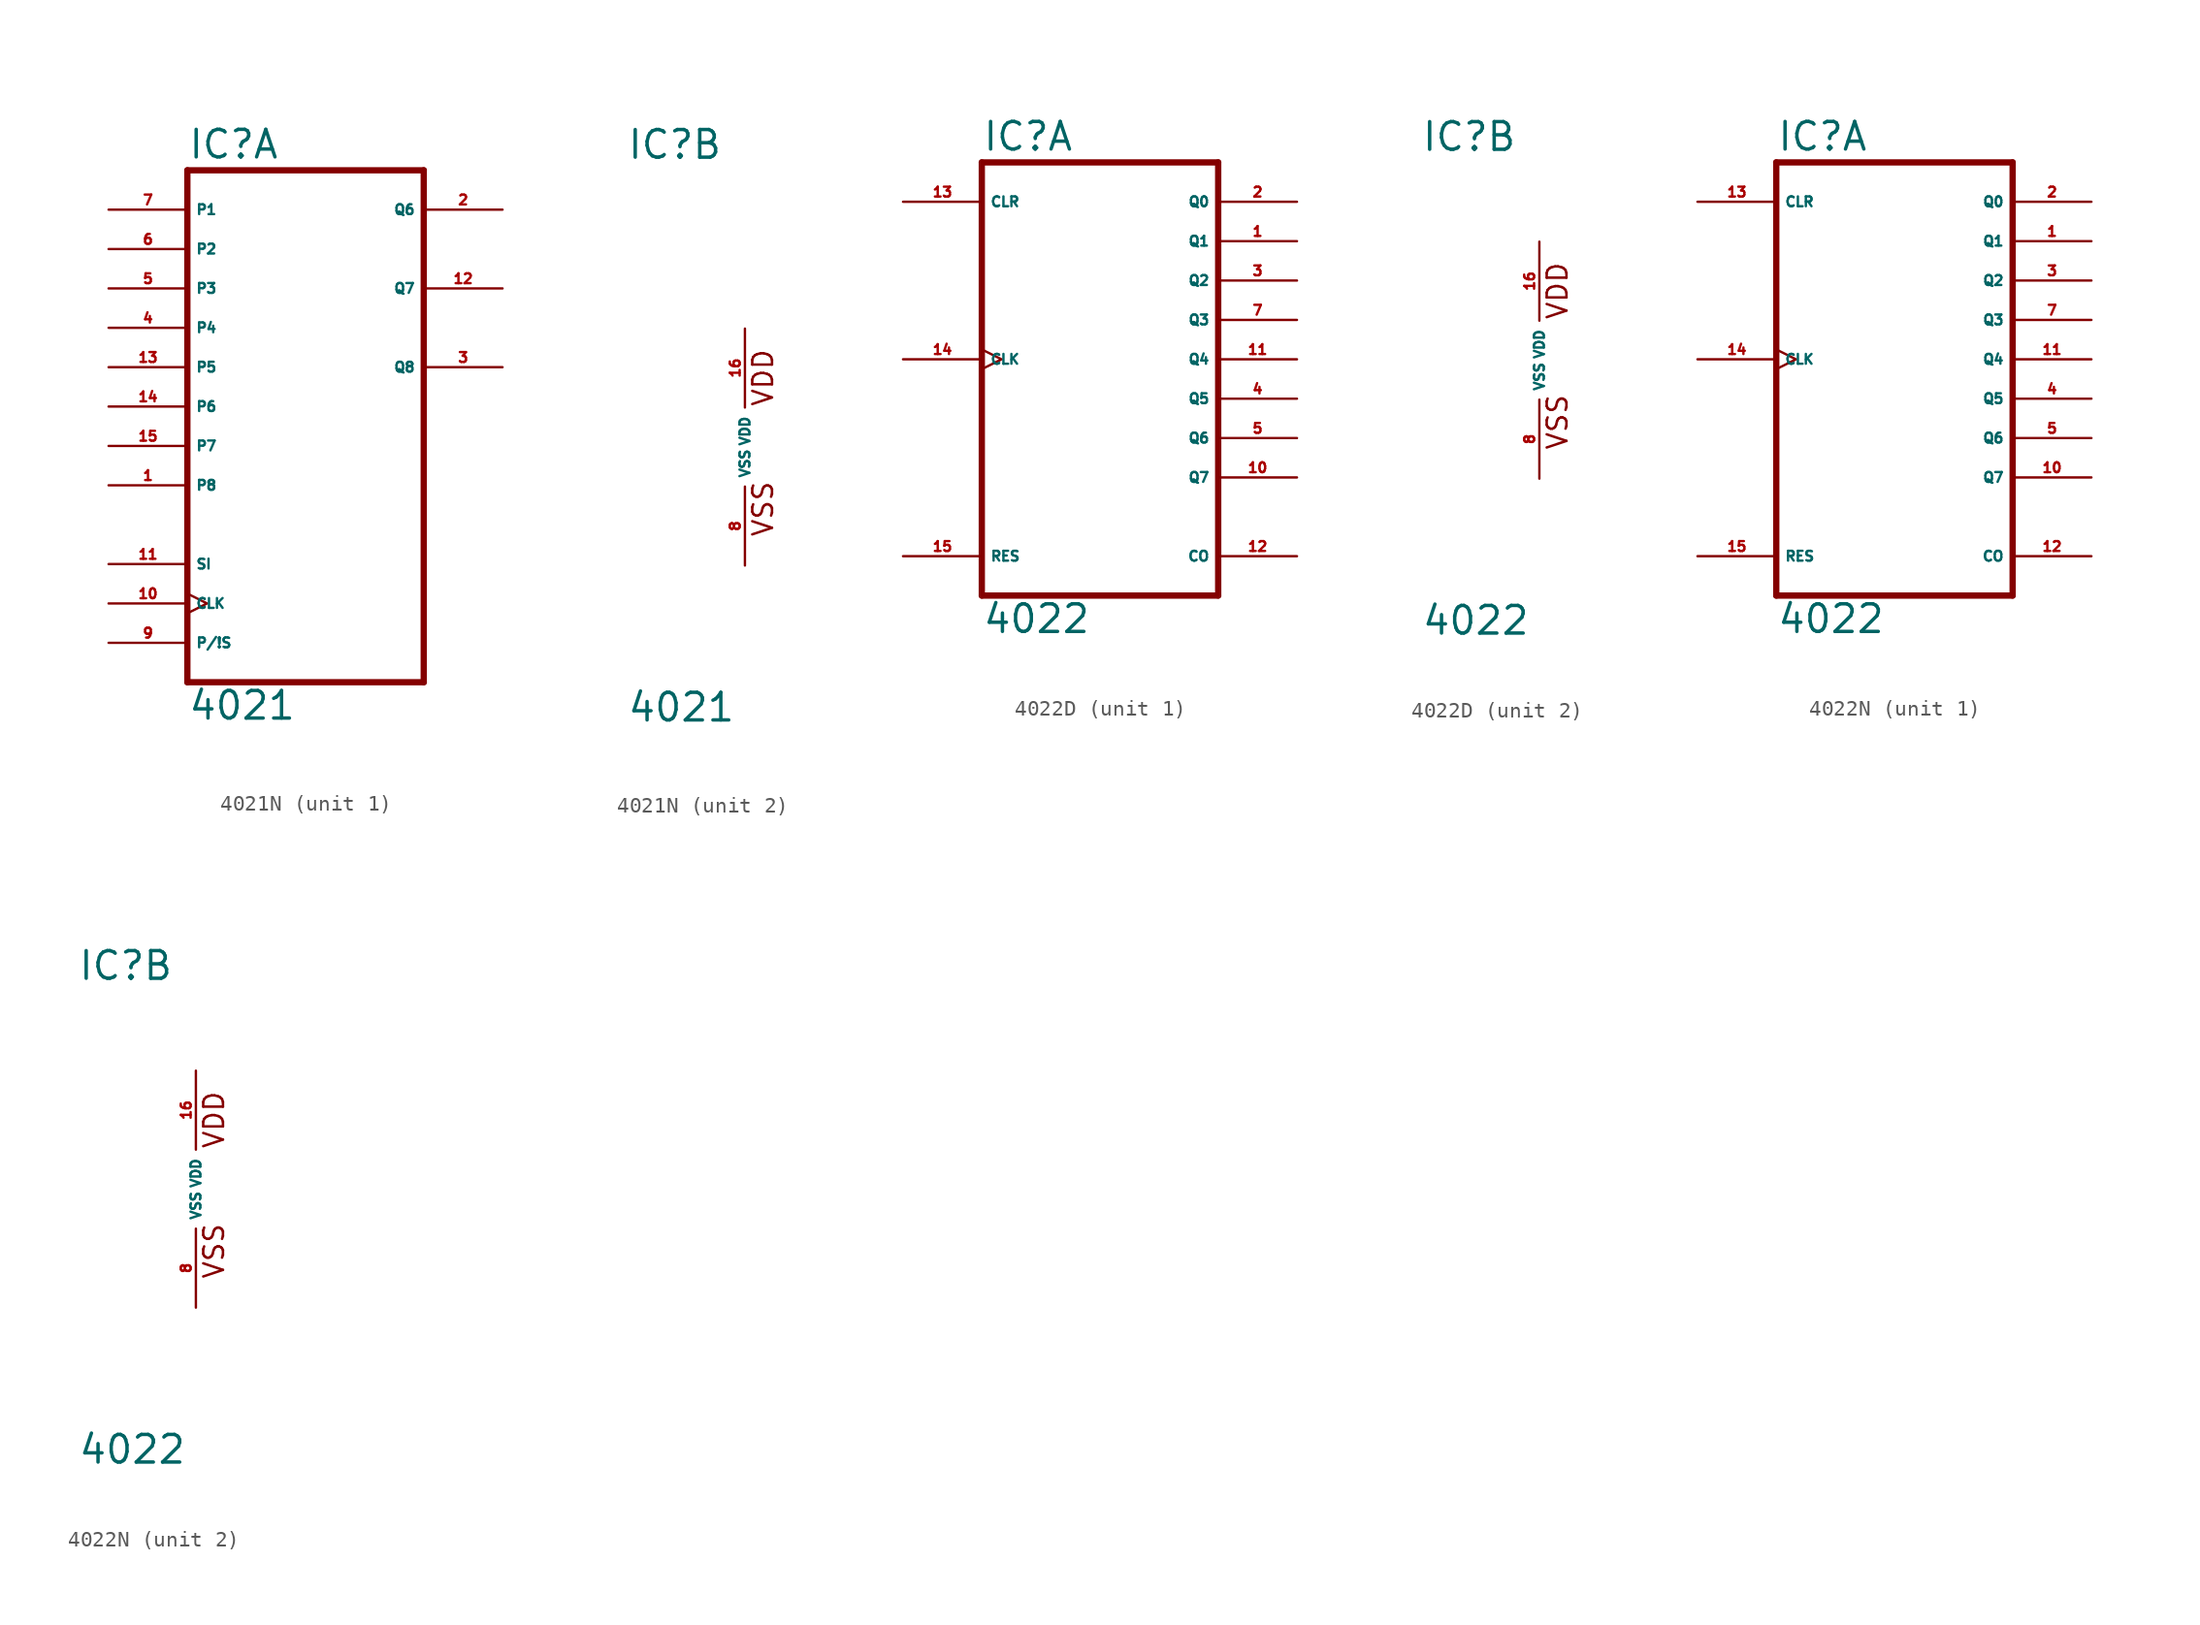
<source format=kicad_sym>
(kicad_symbol_lib
  (version 20220914)
  (generator Eagle2Kicad)
  (symbol "4021N"
    (property "Reference" "IC"
      (at -7.62 18.415 0)
      (effects (font (size 1.778 1.778) (thickness 0.22)) (justify left bottom)))
    (property "Value" "4021"
      (at -7.62 -17.78 0)
      (effects (font (size 1.778 1.778) (thickness 0.22)) (justify left bottom)))
    (symbol "4021N_1_0"
      (polyline (pts (xy -7.62 -15.24) (xy 7.62 -15.24)) (stroke (width 0.406) (type default)) (fill (type none)))
      (polyline (pts (xy 7.62 -15.24) (xy 7.62 17.78)) (stroke (width 0.406) (type default)) (fill (type none)))
      (polyline (pts (xy 7.62 17.78) (xy -7.62 17.78)) (stroke (width 0.406) (type default)) (fill (type none)))
      (polyline (pts (xy -7.62 17.78) (xy -7.62 -15.24)) (stroke (width 0.406) (type default)) (fill (type none)))
      (pin input line (at -12.7 15.24 0) (length 5.08) (name "P1" (effects (font (size 0.635 0.635) (thickness 0.08)) (justify left bottom))) (number "7" (effects (font (size 0.635 0.635) (thickness 0.08)) (justify left bottom))))
      (pin input line (at -12.7 12.7 0) (length 5.08) (name "P2" (effects (font (size 0.635 0.635) (thickness 0.08)) (justify left bottom))) (number "6" (effects (font (size 0.635 0.635) (thickness 0.08)) (justify left bottom))))
      (pin input line (at -12.7 10.16 0) (length 5.08) (name "P3" (effects (font (size 0.635 0.635) (thickness 0.08)) (justify left bottom))) (number "5" (effects (font (size 0.635 0.635) (thickness 0.08)) (justify left bottom))))
      (pin input line (at -12.7 7.62 0) (length 5.08) (name "P4" (effects (font (size 0.635 0.635) (thickness 0.08)) (justify left bottom))) (number "4" (effects (font (size 0.635 0.635) (thickness 0.08)) (justify left bottom))))
      (pin input line (at -12.7 5.08 0) (length 5.08) (name "P5" (effects (font (size 0.635 0.635) (thickness 0.08)) (justify left bottom))) (number "13" (effects (font (size 0.635 0.635) (thickness 0.08)) (justify left bottom))))
      (pin input line (at -12.7 2.54 0) (length 5.08) (name "P6" (effects (font (size 0.635 0.635) (thickness 0.08)) (justify left bottom))) (number "14" (effects (font (size 0.635 0.635) (thickness 0.08)) (justify left bottom))))
      (pin input line (at -12.7 0 0) (length 5.08) (name "P7" (effects (font (size 0.635 0.635) (thickness 0.08)) (justify left bottom))) (number "15" (effects (font (size 0.635 0.635) (thickness 0.08)) (justify left bottom))))
      (pin input line (at -12.7 -2.54 0) (length 5.08) (name "P8" (effects (font (size 0.635 0.635) (thickness 0.08)) (justify left bottom))) (number "1" (effects (font (size 0.635 0.635) (thickness 0.08)) (justify left bottom))))
      (pin output line (at 12.7 15.24 180) (length 5.08) (name "Q6" (effects (font (size 0.635 0.635) (thickness 0.08)) (justify left bottom))) (number "2" (effects (font (size 0.635 0.635) (thickness 0.08)) (justify left bottom))))
      (pin output line (at 12.7 10.16 180) (length 5.08) (name "Q7" (effects (font (size 0.635 0.635) (thickness 0.08)) (justify left bottom))) (number "12" (effects (font (size 0.635 0.635) (thickness 0.08)) (justify left bottom))))
      (pin output line (at 12.7 5.08 180) (length 5.08) (name "Q8" (effects (font (size 0.635 0.635) (thickness 0.08)) (justify left bottom))) (number "3" (effects (font (size 0.635 0.635) (thickness 0.08)) (justify left bottom))))
      (pin input clock (at -12.7 -10.16 0) (length 5.08) (name "CLK" (effects (font (size 0.635 0.635) (thickness 0.08)) (justify left bottom))) (number "10" (effects (font (size 0.635 0.635) (thickness 0.08)) (justify left bottom))))
      (pin input line (at -12.7 -7.62 0) (length 5.08) (name "SI" (effects (font (size 0.635 0.635) (thickness 0.08)) (justify left bottom))) (number "11" (effects (font (size 0.635 0.635) (thickness 0.08)) (justify left bottom))))
      (pin input line (at -12.7 -12.7 0) (length 5.08) (name "P/!S" (effects (font (size 0.635 0.635) (thickness 0.08)) (justify left bottom))) (number "9" (effects (font (size 0.635 0.635) (thickness 0.08)) (justify left bottom)))))
    (symbol "4021N_2_0"
      (text "VDD" (at 1.905 2.54 900) (effects (font (size 1.27 1.27) (thickness 0.16)) (justify left bottom)))
      (text "VSS" (at 1.905 -5.842 900) (effects (font (size 1.27 1.27) (thickness 0.16)) (justify left bottom)))
      (pin unspecified line (at 0 -7.62 90) (length 5.08) (name "VSS" (effects (font (size 0.635 0.635) (thickness 0.08)) (justify left bottom))) (number "8" (effects (font (size 0.635 0.635) (thickness 0.08)) (justify left bottom))))
      (pin unspecified line (at 0 7.62 270) (length 5.08) (name "VDD" (effects (font (size 0.635 0.635) (thickness 0.08)) (justify left bottom))) (number "16" (effects (font (size 0.635 0.635) (thickness 0.08)) (justify left bottom))))))
  (symbol "4022D"
    (property "Reference" "IC"
      (at -7.62 13.335 0)
      (effects (font (size 1.778 1.778) (thickness 0.22)) (justify left bottom)))
    (property "Value" "4022"
      (at -7.62 -17.78 0)
      (effects (font (size 1.778 1.778) (thickness 0.22)) (justify left bottom)))
    (symbol "4022D_1_0"
      (polyline (pts (xy -7.62 -15.24) (xy 7.62 -15.24)) (stroke (width 0.406) (type default)) (fill (type none)))
      (polyline (pts (xy 7.62 -15.24) (xy 7.62 12.7)) (stroke (width 0.406) (type default)) (fill (type none)))
      (polyline (pts (xy 7.62 12.7) (xy -7.62 12.7)) (stroke (width 0.406) (type default)) (fill (type none)))
      (polyline (pts (xy -7.62 12.7) (xy -7.62 -15.24)) (stroke (width 0.406) (type default)) (fill (type none)))
      (pin output line (at 12.7 7.62 180) (length 5.08) (name "Q1" (effects (font (size 0.635 0.635) (thickness 0.08)) (justify left bottom))) (number "1" (effects (font (size 0.635 0.635) (thickness 0.08)) (justify left bottom))))
      (pin output line (at 12.7 10.16 180) (length 5.08) (name "Q0" (effects (font (size 0.635 0.635) (thickness 0.08)) (justify left bottom))) (number "2" (effects (font (size 0.635 0.635) (thickness 0.08)) (justify left bottom))))
      (pin output line (at 12.7 5.08 180) (length 5.08) (name "Q2" (effects (font (size 0.635 0.635) (thickness 0.08)) (justify left bottom))) (number "3" (effects (font (size 0.635 0.635) (thickness 0.08)) (justify left bottom))))
      (pin output line (at 12.7 -2.54 180) (length 5.08) (name "Q5" (effects (font (size 0.635 0.635) (thickness 0.08)) (justify left bottom))) (number "4" (effects (font (size 0.635 0.635) (thickness 0.08)) (justify left bottom))))
      (pin output line (at 12.7 -5.08 180) (length 5.08) (name "Q6" (effects (font (size 0.635 0.635) (thickness 0.08)) (justify left bottom))) (number "5" (effects (font (size 0.635 0.635) (thickness 0.08)) (justify left bottom))))
      (pin output line (at 12.7 2.54 180) (length 5.08) (name "Q3" (effects (font (size 0.635 0.635) (thickness 0.08)) (justify left bottom))) (number "7" (effects (font (size 0.635 0.635) (thickness 0.08)) (justify left bottom))))
      (pin output line (at 12.7 -7.62 180) (length 5.08) (name "Q7" (effects (font (size 0.635 0.635) (thickness 0.08)) (justify left bottom))) (number "10" (effects (font (size 0.635 0.635) (thickness 0.08)) (justify left bottom))))
      (pin output line (at 12.7 0 180) (length 5.08) (name "Q4" (effects (font (size 0.635 0.635) (thickness 0.08)) (justify left bottom))) (number "11" (effects (font (size 0.635 0.635) (thickness 0.08)) (justify left bottom))))
      (pin output line (at 12.7 -12.7 180) (length 5.08) (name "CO" (effects (font (size 0.635 0.635) (thickness 0.08)) (justify left bottom))) (number "12" (effects (font (size 0.635 0.635) (thickness 0.08)) (justify left bottom))))
      (pin input line (at -12.7 10.16 0) (length 5.08) (name "CLR" (effects (font (size 0.635 0.635) (thickness 0.08)) (justify left bottom))) (number "13" (effects (font (size 0.635 0.635) (thickness 0.08)) (justify left bottom))))
      (pin input clock (at -12.7 0 0) (length 5.08) (name "CLK" (effects (font (size 0.635 0.635) (thickness 0.08)) (justify left bottom))) (number "14" (effects (font (size 0.635 0.635) (thickness 0.08)) (justify left bottom))))
      (pin input line (at -12.7 -12.7 0) (length 5.08) (name "RES" (effects (font (size 0.635 0.635) (thickness 0.08)) (justify left bottom))) (number "15" (effects (font (size 0.635 0.635) (thickness 0.08)) (justify left bottom)))))
    (symbol "4022D_2_0"
      (text "VDD" (at 1.905 2.54 900) (effects (font (size 1.27 1.27) (thickness 0.16)) (justify left bottom)))
      (text "VSS" (at 1.905 -5.842 900) (effects (font (size 1.27 1.27) (thickness 0.16)) (justify left bottom)))
      (pin unspecified line (at 0 -7.62 90) (length 5.08) (name "VSS" (effects (font (size 0.635 0.635) (thickness 0.08)) (justify left bottom))) (number "8" (effects (font (size 0.635 0.635) (thickness 0.08)) (justify left bottom))))
      (pin unspecified line (at 0 7.62 270) (length 5.08) (name "VDD" (effects (font (size 0.635 0.635) (thickness 0.08)) (justify left bottom))) (number "16" (effects (font (size 0.635 0.635) (thickness 0.08)) (justify left bottom))))))
  (symbol "4022N"
    (property "Reference" "IC"
      (at -7.62 13.335 0)
      (effects (font (size 1.778 1.778) (thickness 0.22)) (justify left bottom)))
    (property "Value" "4022"
      (at -7.62 -17.78 0)
      (effects (font (size 1.778 1.778) (thickness 0.22)) (justify left bottom)))
    (symbol "4022N_1_0"
      (polyline (pts (xy -7.62 -15.24) (xy 7.62 -15.24)) (stroke (width 0.406) (type default)) (fill (type none)))
      (polyline (pts (xy 7.62 -15.24) (xy 7.62 12.7)) (stroke (width 0.406) (type default)) (fill (type none)))
      (polyline (pts (xy 7.62 12.7) (xy -7.62 12.7)) (stroke (width 0.406) (type default)) (fill (type none)))
      (polyline (pts (xy -7.62 12.7) (xy -7.62 -15.24)) (stroke (width 0.406) (type default)) (fill (type none)))
      (pin output line (at 12.7 7.62 180) (length 5.08) (name "Q1" (effects (font (size 0.635 0.635) (thickness 0.08)) (justify left bottom))) (number "1" (effects (font (size 0.635 0.635) (thickness 0.08)) (justify left bottom))))
      (pin output line (at 12.7 10.16 180) (length 5.08) (name "Q0" (effects (font (size 0.635 0.635) (thickness 0.08)) (justify left bottom))) (number "2" (effects (font (size 0.635 0.635) (thickness 0.08)) (justify left bottom))))
      (pin output line (at 12.7 5.08 180) (length 5.08) (name "Q2" (effects (font (size 0.635 0.635) (thickness 0.08)) (justify left bottom))) (number "3" (effects (font (size 0.635 0.635) (thickness 0.08)) (justify left bottom))))
      (pin output line (at 12.7 -2.54 180) (length 5.08) (name "Q5" (effects (font (size 0.635 0.635) (thickness 0.08)) (justify left bottom))) (number "4" (effects (font (size 0.635 0.635) (thickness 0.08)) (justify left bottom))))
      (pin output line (at 12.7 -5.08 180) (length 5.08) (name "Q6" (effects (font (size 0.635 0.635) (thickness 0.08)) (justify left bottom))) (number "5" (effects (font (size 0.635 0.635) (thickness 0.08)) (justify left bottom))))
      (pin output line (at 12.7 2.54 180) (length 5.08) (name "Q3" (effects (font (size 0.635 0.635) (thickness 0.08)) (justify left bottom))) (number "7" (effects (font (size 0.635 0.635) (thickness 0.08)) (justify left bottom))))
      (pin output line (at 12.7 -7.62 180) (length 5.08) (name "Q7" (effects (font (size 0.635 0.635) (thickness 0.08)) (justify left bottom))) (number "10" (effects (font (size 0.635 0.635) (thickness 0.08)) (justify left bottom))))
      (pin output line (at 12.7 0 180) (length 5.08) (name "Q4" (effects (font (size 0.635 0.635) (thickness 0.08)) (justify left bottom))) (number "11" (effects (font (size 0.635 0.635) (thickness 0.08)) (justify left bottom))))
      (pin output line (at 12.7 -12.7 180) (length 5.08) (name "CO" (effects (font (size 0.635 0.635) (thickness 0.08)) (justify left bottom))) (number "12" (effects (font (size 0.635 0.635) (thickness 0.08)) (justify left bottom))))
      (pin input line (at -12.7 10.16 0) (length 5.08) (name "CLR" (effects (font (size 0.635 0.635) (thickness 0.08)) (justify left bottom))) (number "13" (effects (font (size 0.635 0.635) (thickness 0.08)) (justify left bottom))))
      (pin input clock (at -12.7 0 0) (length 5.08) (name "CLK" (effects (font (size 0.635 0.635) (thickness 0.08)) (justify left bottom))) (number "14" (effects (font (size 0.635 0.635) (thickness 0.08)) (justify left bottom))))
      (pin input line (at -12.7 -12.7 0) (length 5.08) (name "RES" (effects (font (size 0.635 0.635) (thickness 0.08)) (justify left bottom))) (number "15" (effects (font (size 0.635 0.635) (thickness 0.08)) (justify left bottom)))))
    (symbol "4022N_2_0"
      (text "VDD" (at 1.905 2.54 900) (effects (font (size 1.27 1.27) (thickness 0.16)) (justify left bottom)))
      (text "VSS" (at 1.905 -5.842 900) (effects (font (size 1.27 1.27) (thickness 0.16)) (justify left bottom)))
      (pin unspecified line (at 0 -7.62 90) (length 5.08) (name "VSS" (effects (font (size 0.635 0.635) (thickness 0.08)) (justify left bottom))) (number "8" (effects (font (size 0.635 0.635) (thickness 0.08)) (justify left bottom))))
      (pin unspecified line (at 0 7.62 270) (length 5.08) (name "VDD" (effects (font (size 0.635 0.635) (thickness 0.08)) (justify left bottom))) (number "16" (effects (font (size 0.635 0.635) (thickness 0.08)) (justify left bottom)))))))
</source>
